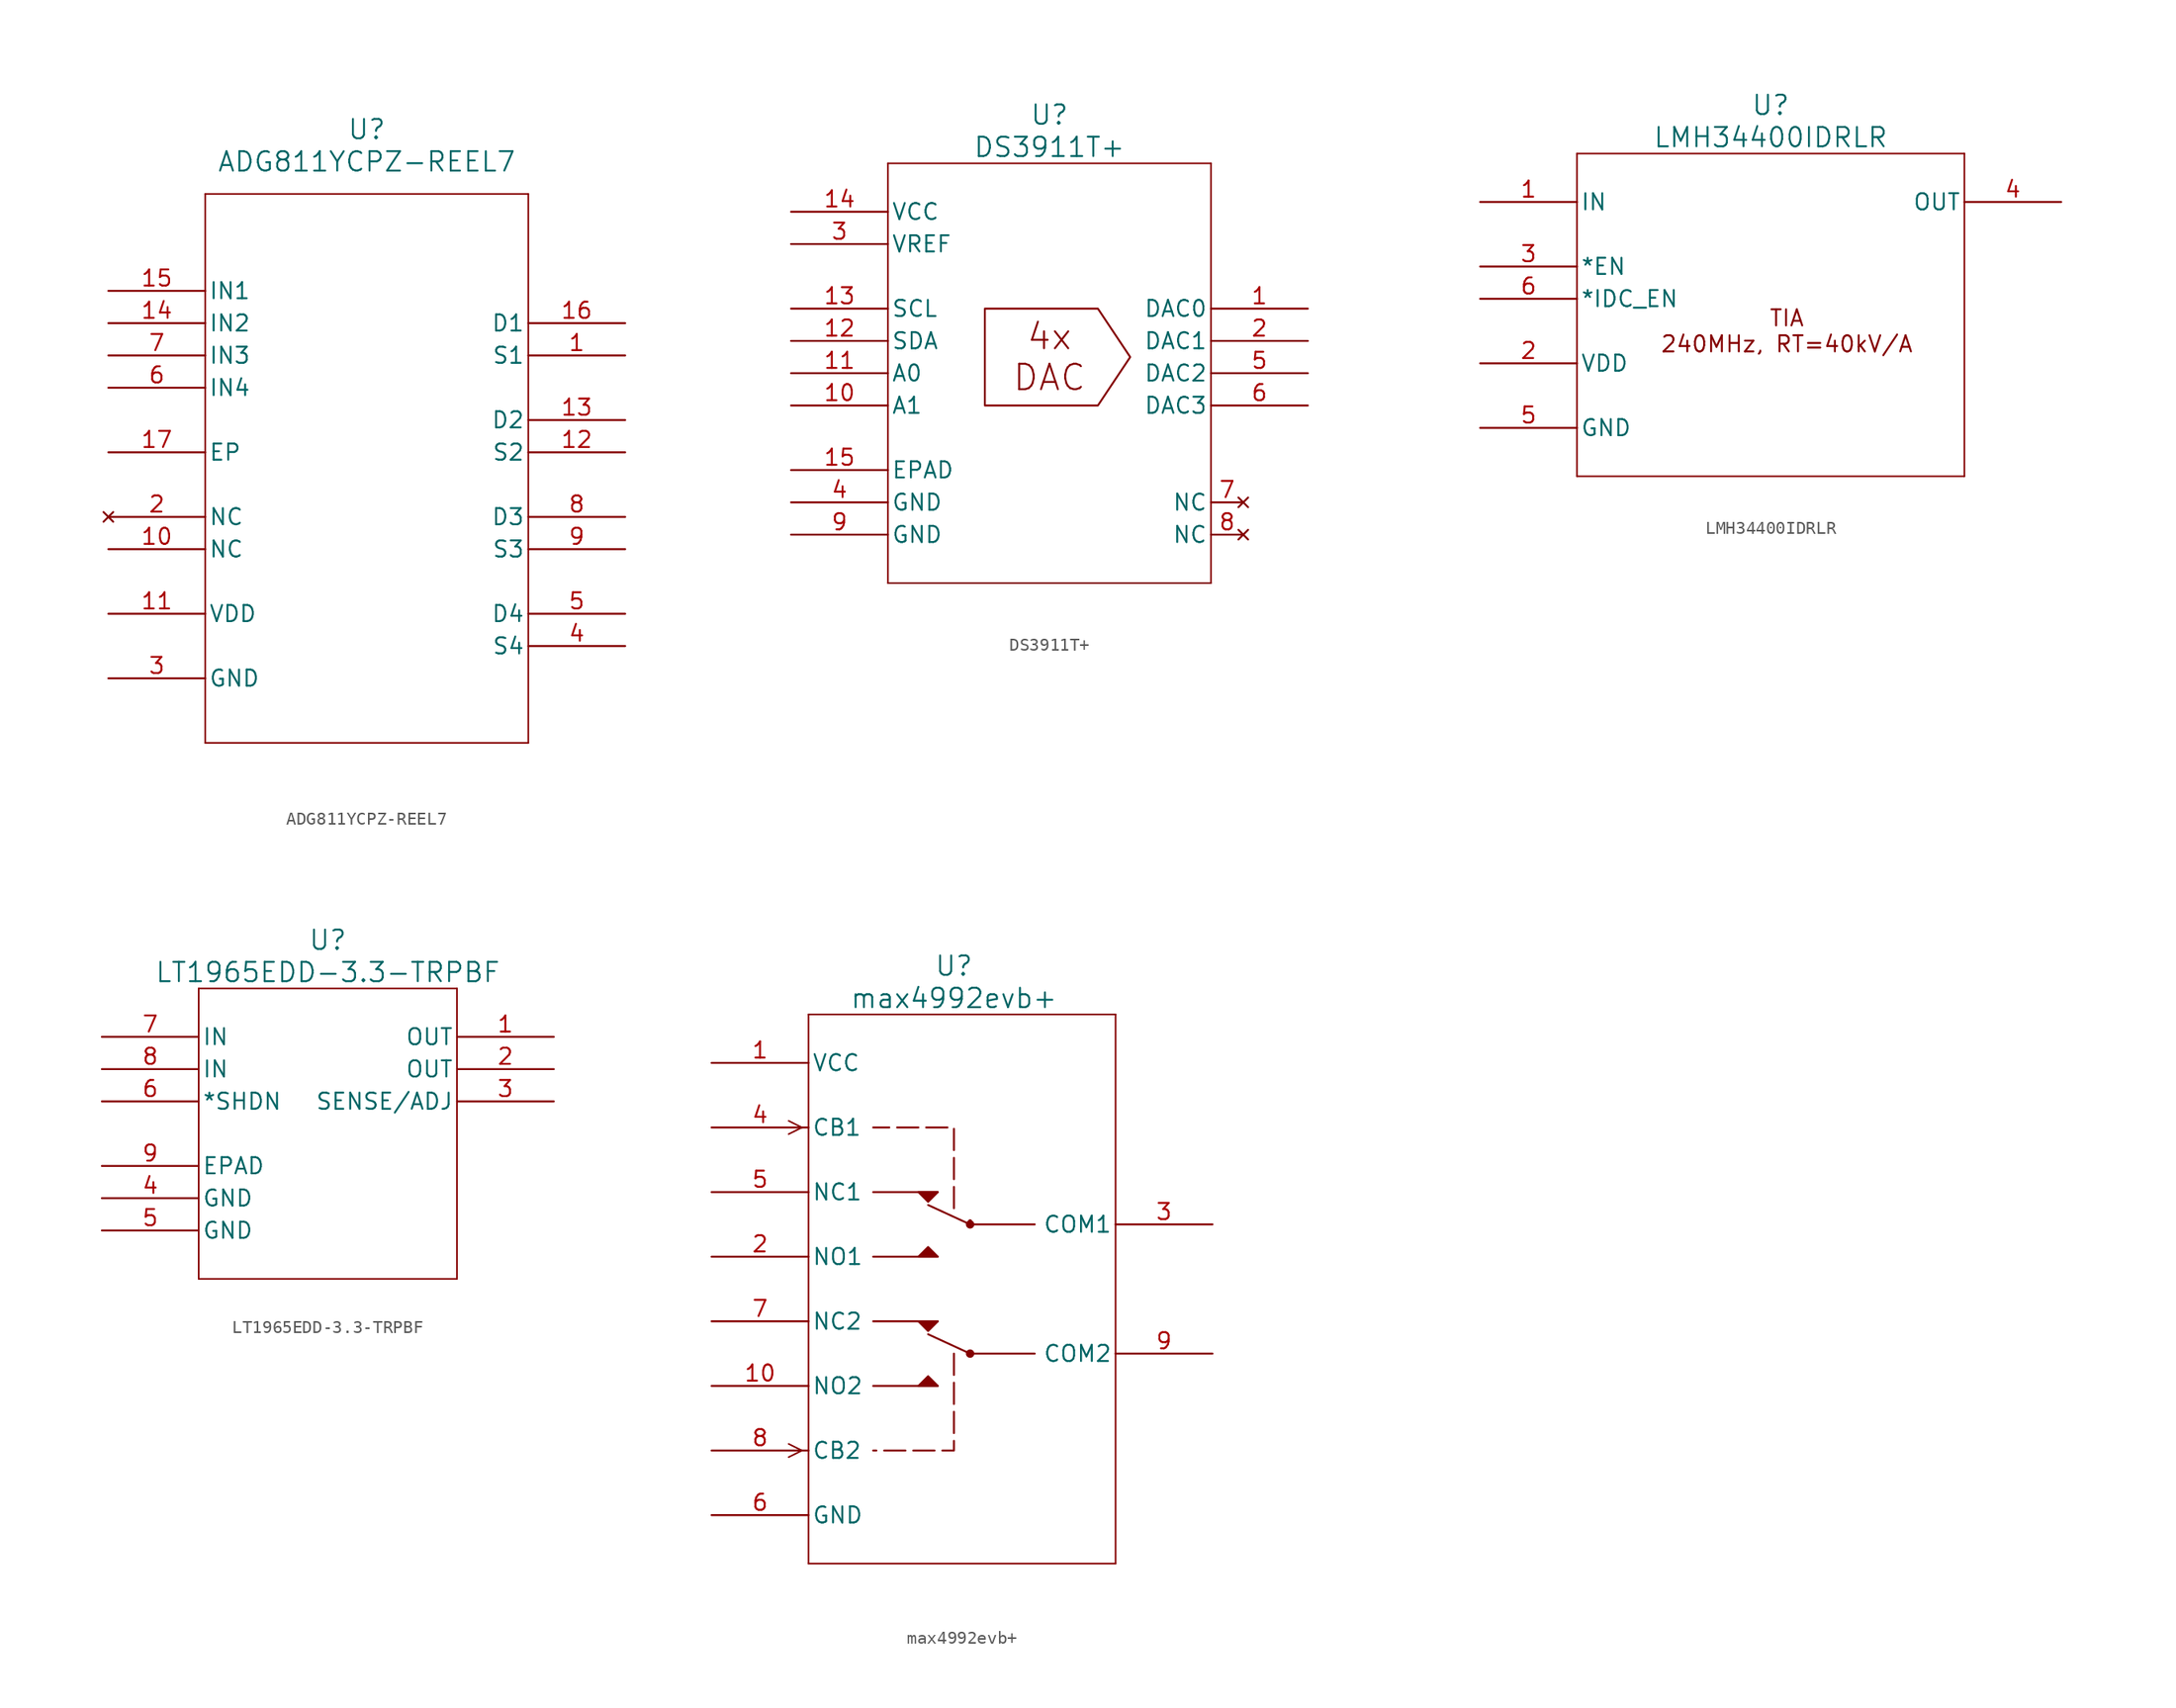
<source format=kicad_sym>
(kicad_symbol_lib
  (version 20220914)
  (generator kicad_symbol_editor)
  (symbol "ADG811YCPZ-REEL7"
    (pin_names
      (offset 0.254))
    (property "Reference" "U"
      (at 20.32 12.7 0)
      (effects (font (size 1.524 1.524))))
    (property "Value" "ADG811YCPZ-REEL7"
      (at 20.32 10.16 0)
      (effects (font (size 1.524 1.524))))
    (symbol "ADG811YCPZ-REEL7_0_1"
      (polyline (pts (xy 7.62 -35.56) (xy 33.02 -35.56)) (stroke (width 0.127) (type default)) (fill (type none)))
      (polyline (pts (xy 7.62 7.62) (xy 7.62 -35.56)) (stroke (width 0.127) (type default)) (fill (type none)))
      (polyline (pts (xy 33.02 -35.56) (xy 33.02 7.62)) (stroke (width 0.127) (type default)) (fill (type none)))
      (polyline (pts (xy 33.02 7.62) (xy 7.62 7.62)) (stroke (width 0.127) (type default)) (fill (type none)))
      (pin bidirectional line (at 40.64 -5.08 180) (length 7.62) (name "S1" (effects (font (size 1.27 1.27)))) (number "1" (effects (font (size 1.27 1.27)))))
      (pin bidirectional line (at 40.64 -12.7 180) (length 7.62) (name "S2" (effects (font (size 1.27 1.27)))) (number "12" (effects (font (size 1.27 1.27)))))
      (pin bidirectional line (at 40.64 -10.16 180) (length 7.62) (name "D2" (effects (font (size 1.27 1.27)))) (number "13" (effects (font (size 1.27 1.27)))))
      (pin bidirectional line (at 40.64 -2.54 180) (length 7.62) (name "D1" (effects (font (size 1.27 1.27)))) (number "16" (effects (font (size 1.27 1.27)))))
      (pin bidirectional line (at 40.64 -27.94 180) (length 7.62) (name "S4" (effects (font (size 1.27 1.27)))) (number "4" (effects (font (size 1.27 1.27)))))
      (pin bidirectional line (at 40.64 -25.4 180) (length 7.62) (name "D4" (effects (font (size 1.27 1.27)))) (number "5" (effects (font (size 1.27 1.27)))))
      (pin bidirectional line (at 40.64 -17.78 180) (length 7.62) (name "D3" (effects (font (size 1.27 1.27)))) (number "8" (effects (font (size 1.27 1.27)))))
      (pin bidirectional line (at 40.64 -20.32 180) (length 7.62) (name "S3" (effects (font (size 1.27 1.27)))) (number "9" (effects (font (size 1.27 1.27))))))
    (symbol "ADG811YCPZ-REEL7_1_1"
      (pin free line (at 0 -20.32 0) (length 7.62) (name "NC" (effects (font (size 1.27 1.27)))) (number "10" (effects (font (size 1.27 1.27)))))
      (pin power_in line (at 0 -25.4 0) (length 7.62) (name "VDD" (effects (font (size 1.27 1.27)))) (number "11" (effects (font (size 1.27 1.27)))))
      (pin input line (at 0 -2.54 0) (length 7.62) (name "IN2" (effects (font (size 1.27 1.27)))) (number "14" (effects (font (size 1.27 1.27)))))
      (pin input line (at 0 0 0) (length 7.62) (name "IN1" (effects (font (size 1.27 1.27)))) (number "15" (effects (font (size 1.27 1.27)))))
      (pin power_in line (at 0 -12.7 0) (length 7.62) (name "EP" (effects (font (size 1.27 1.27)))) (number "17" (effects (font (size 1.27 1.27)))))
      (pin no_connect line (at 0 -17.78 0) (length 7.62) (name "NC" (effects (font (size 1.27 1.27)))) (number "2" (effects (font (size 1.27 1.27)))))
      (pin power_in line (at 0 -30.48 0) (length 7.62) (name "GND" (effects (font (size 1.27 1.27)))) (number "3" (effects (font (size 1.27 1.27)))))
      (pin input line (at 0 -7.62 0) (length 7.62) (name "IN4" (effects (font (size 1.27 1.27)))) (number "6" (effects (font (size 1.27 1.27)))))
      (pin input line (at 0 -5.08 0) (length 7.62) (name "IN3" (effects (font (size 1.27 1.27)))) (number "7" (effects (font (size 1.27 1.27)))))))
  (symbol "DS3911T+"
    (pin_names
      (offset 0.254))
    (property "Reference" "U"
      (at 0 19.05 0)
      (effects (font (size 1.524 1.524))))
    (property "Value" "DS3911T+"
      (at 0 16.51 0)
      (effects (font (size 1.524 1.524))))
    (symbol "DS3911T+_0_1"
      (polyline (pts (xy -12.7 -17.78) (xy 12.7 -17.78)) (stroke (width 0.127) (type default)) (fill (type none)))
      (polyline (pts (xy -12.7 15.24) (xy -12.7 -17.78)) (stroke (width 0.127) (type default)) (fill (type none)))
      (polyline (pts (xy 12.7 -17.78) (xy 12.7 15.24)) (stroke (width 0.127) (type default)) (fill (type none)))
      (polyline (pts (xy 12.7 15.24) (xy -12.7 15.24)) (stroke (width 0.127) (type default)) (fill (type none)))
      (pin bidirectional line (at 20.32 3.81 180) (length 7.62) (name "DAC0" (effects (font (size 1.27 1.27)))) (number "1" (effects (font (size 1.27 1.27)))))
      (pin bidirectional line (at -20.32 1.27 0) (length 7.62) (name "SDA" (effects (font (size 1.27 1.27)))) (number "12" (effects (font (size 1.27 1.27)))))
      (pin bidirectional line (at -20.32 3.81 0) (length 7.62) (name "SCL" (effects (font (size 1.27 1.27)))) (number "13" (effects (font (size 1.27 1.27)))))
      (pin power_in line (at -20.32 11.43 0) (length 7.62) (name "VCC" (effects (font (size 1.27 1.27)))) (number "14" (effects (font (size 1.27 1.27)))))
      (pin bidirectional line (at 20.32 1.27 180) (length 7.62) (name "DAC1" (effects (font (size 1.27 1.27)))) (number "2" (effects (font (size 1.27 1.27)))))
      (pin power_in line (at -20.32 8.89 0) (length 7.62) (name "VREF" (effects (font (size 1.27 1.27)))) (number "3" (effects (font (size 1.27 1.27)))))
      (pin power_in line (at -20.32 -11.43 0) (length 7.62) (name "GND" (effects (font (size 1.27 1.27)))) (number "4" (effects (font (size 1.27 1.27)))))
      (pin bidirectional line (at 20.32 -1.27 180) (length 7.62) (name "DAC2" (effects (font (size 1.27 1.27)))) (number "5" (effects (font (size 1.27 1.27)))))
      (pin bidirectional line (at 20.32 -3.81 180) (length 7.62) (name "DAC3" (effects (font (size 1.27 1.27)))) (number "6" (effects (font (size 1.27 1.27)))))
      (pin power_in line (at -20.32 -13.97 0) (length 7.62) (name "GND" (effects (font (size 1.27 1.27)))) (number "9" (effects (font (size 1.27 1.27))))))
    (symbol "DS3911T+_1_1"
      (polyline (pts (xy -5.08 3.81) (xy -5.08 -3.81) (xy 3.81 -3.81) (xy 6.35 0) (xy 3.81 3.81) (xy -5.08 3.81)) (stroke (width 0) (type default)) (fill (type none)))
      (text "4x\nDAC" (at 0 0 0) (effects (font (size 2 2))))
      (pin passive line (at -20.32 -3.81 0) (length 7.62) (name "A1" (effects (font (size 1.27 1.27)))) (number "10" (effects (font (size 1.27 1.27)))))
      (pin passive line (at -20.32 -1.27 0) (length 7.62) (name "A0" (effects (font (size 1.27 1.27)))) (number "11" (effects (font (size 1.27 1.27)))))
      (pin power_in line (at -20.32 -8.89 0) (length 7.62) (name "EPAD" (effects (font (size 1.27 1.27)))) (number "15" (effects (font (size 1.27 1.27)))))
      (pin no_connect line (at 15.24 -11.43 180) (length 2.54) (name "NC" (effects (font (size 1.27 1.27)))) (number "7" (effects (font (size 1.27 1.27)))))
      (pin no_connect line (at 15.24 -13.97 180) (length 2.54) (name "NC" (effects (font (size 1.27 1.27)))) (number "8" (effects (font (size 1.27 1.27)))))))
  (symbol "LMH34400IDRLR"
    (pin_names
      (offset 0.254))
    (property "Reference" "U"
      (at 22.86 7.62 0)
      (effects (font (size 1.524 1.524))))
    (property "Value" "LMH34400IDRLR"
      (at 22.86 5.08 0)
      (effects (font (size 1.524 1.524))))
    (symbol "LMH34400IDRLR_0_1"
      (polyline (pts (xy 7.62 -21.59) (xy 38.1 -21.59)) (stroke (width 0.127) (type default)) (fill (type none)))
      (polyline (pts (xy 7.62 3.81) (xy 7.62 -21.59)) (stroke (width 0.127) (type default)) (fill (type none)))
      (polyline (pts (xy 38.1 -21.59) (xy 38.1 3.81)) (stroke (width 0.127) (type default)) (fill (type none)))
      (polyline (pts (xy 38.1 3.81) (xy 7.62 3.81)) (stroke (width 0.127) (type default)) (fill (type none)))
      (pin input line (at 0 -5.08 0) (length 7.62) (name "*EN" (effects (font (size 1.27 1.27)))) (number "3" (effects (font (size 1.27 1.27)))))
      (pin output line (at 45.72 0 180) (length 7.62) (name "OUT" (effects (font (size 1.27 1.27)))) (number "4" (effects (font (size 1.27 1.27)))))
      (pin input line (at 0 -7.62 0) (length 7.62) (name "*IDC_EN" (effects (font (size 1.27 1.27)))) (number "6" (effects (font (size 1.27 1.27))))))
    (symbol "LMH34400IDRLR_1_1"
      (text "TIA\n240MHz, RT=40kV/A" (at 24.13 -10.16 0) (effects (font (size 1.27 1.27))))
      (pin input line (at 0 0 0) (length 7.62) (name "IN" (effects (font (size 1.27 1.27)))) (number "1" (effects (font (size 1.27 1.27)))))
      (pin power_in line (at 0 -12.7 0) (length 7.62) (name "VDD" (effects (font (size 1.27 1.27)))) (number "2" (effects (font (size 1.27 1.27)))))
      (pin power_in line (at 0 -17.78 0) (length 7.62) (name "GND" (effects (font (size 1.27 1.27)))) (number "5" (effects (font (size 1.27 1.27)))))))
  (symbol "LT1965EDD-3.3-TRPBF"
    (pin_names
      (offset 0.254))
    (property "Reference" "U"
      (at 0 15.24 0)
      (effects (font (size 1.524 1.524))))
    (property "Value" "LT1965EDD-3.3-TRPBF"
      (at 0 12.7 0)
      (effects (font (size 1.524 1.524))))
    (symbol "LT1965EDD-3.3-TRPBF_0_1"
      (polyline (pts (xy -10.16 -11.43) (xy 10.16 -11.43)) (stroke (width 0.127) (type default)) (fill (type none)))
      (polyline (pts (xy -10.16 11.43) (xy -10.16 -11.43)) (stroke (width 0.127) (type default)) (fill (type none)))
      (polyline (pts (xy 10.16 -11.43) (xy 10.16 11.43)) (stroke (width 0.127) (type default)) (fill (type none)))
      (polyline (pts (xy 10.16 11.43) (xy -10.16 11.43)) (stroke (width 0.127) (type default)) (fill (type none)))
      (pin input line (at 17.78 2.54 180) (length 7.62) (name "SENSE/ADJ" (effects (font (size 1.27 1.27)))) (number "3" (effects (font (size 1.27 1.27)))))
      (pin power_in line (at -17.78 -5.08 0) (length 7.62) (name "GND" (effects (font (size 1.27 1.27)))) (number "4" (effects (font (size 1.27 1.27)))))
      (pin power_in line (at -17.78 -7.62 0) (length 7.62) (name "GND" (effects (font (size 1.27 1.27)))) (number "5" (effects (font (size 1.27 1.27))))))
    (symbol "LT1965EDD-3.3-TRPBF_1_1"
      (pin power_out line (at 17.78 7.62 180) (length 7.62) (name "OUT" (effects (font (size 1.27 1.27)))) (number "1" (effects (font (size 1.27 1.27)))))
      (pin power_in line (at 17.78 5.08 180) (length 7.62) (name "OUT" (effects (font (size 1.27 1.27)))) (number "2" (effects (font (size 1.27 1.27)))))
      (pin input line (at -17.78 2.54 0) (length 7.62) (name "*SHDN" (effects (font (size 1.27 1.27)))) (number "6" (effects (font (size 1.27 1.27)))))
      (pin power_in line (at -17.78 7.62 0) (length 7.62) (name "IN" (effects (font (size 1.27 1.27)))) (number "7" (effects (font (size 1.27 1.27)))))
      (pin power_in line (at -17.78 5.08 0) (length 7.62) (name "IN" (effects (font (size 1.27 1.27)))) (number "8" (effects (font (size 1.27 1.27)))))
      (pin power_in line (at -17.78 -2.54 0) (length 7.62) (name "EPAD" (effects (font (size 1.27 1.27)))) (number "9" (effects (font (size 1.27 1.27)))))))
  (symbol "max4992evb+"
    (pin_names
      (offset 0.254))
    (property "Reference" "U"
      (at -1.27 25.4 0)
      (effects (font (size 1.524 1.524))))
    (property "Value" "max4992evb+"
      (at -1.27 22.86 0)
      (effects (font (size 1.524 1.524))))
    (symbol "max4992evb+_0_1"
      (polyline (pts (xy -13.221 -12.7) (xy -14.262 -13.221)) (stroke (width 0.127) (type default)) (fill (type none)))
      (polyline (pts (xy -13.221 -12.7) (xy -14.262 -12.179)) (stroke (width 0.127) (type default)) (fill (type none)))
      (polyline (pts (xy -13.221 12.7) (xy -14.262 12.179)) (stroke (width 0.127) (type default)) (fill (type none)))
      (polyline (pts (xy -13.221 12.7) (xy -14.262 13.221)) (stroke (width 0.127) (type default)) (fill (type none)))
      (polyline (pts (xy -12.7 -21.59) (xy 11.43 -21.59)) (stroke (width 0.127) (type default)) (fill (type none)))
      (polyline (pts (xy -12.7 21.59) (xy -12.7 -21.59)) (stroke (width 0.127) (type default)) (fill (type none)))
      (polyline (pts (xy -7.62 -7.62) (xy -2.54 -7.62)) (stroke (width 0) (type default)) (fill (type none)))
      (polyline (pts (xy -7.62 -2.54) (xy -2.54 -2.54)) (stroke (width 0) (type default)) (fill (type none)))
      (polyline (pts (xy -7.62 2.54) (xy -2.54 2.54)) (stroke (width 0) (type default)) (fill (type none)))
      (polyline (pts (xy -7.62 7.62) (xy -2.54 7.62)) (stroke (width 0) (type default)) (fill (type none)))
      (polyline (pts (xy 11.43 -21.59) (xy 11.43 21.59)) (stroke (width 0.127) (type default)) (fill (type none)))
      (polyline (pts (xy 11.43 21.59) (xy -12.7 21.59)) (stroke (width 0.127) (type default)) (fill (type none)))
      (pin power_in line (at -20.32 17.78 0) (length 7.62) (name "VCC" (effects (font (size 1.27 1.27)))) (number "1" (effects (font (size 1.27 1.27)))))
      (pin input line (at -20.32 12.7 0) (length 7.62) (name "CB1" (effects (font (size 1.27 1.27)))) (number "4" (effects (font (size 1.27 1.27)))))
      (pin power_in line (at -20.32 -17.78 0) (length 7.62) (name "GND" (effects (font (size 1.27 1.27)))) (number "6" (effects (font (size 1.27 1.27)))))
      (pin input line (at -20.32 -12.7 0) (length 7.62) (name "CB2" (effects (font (size 1.27 1.27)))) (number "8" (effects (font (size 1.27 1.27))))))
    (symbol "max4992evb+_1_1"
      (circle (center 0 -5.08) (radius 0.254) (stroke (width 0) (type default)) (fill (type outline)))
      (polyline (pts (xy 0 -5.08) (xy -3.302 -3.556)) (stroke (width 0) (type default)) (fill (type none)))
      (polyline (pts (xy 0 -5.08) (xy 5.08 -5.08)) (stroke (width 0) (type default)) (fill (type none)))
      (polyline (pts (xy 0 5.08) (xy -3.302 6.604)) (stroke (width 0) (type default)) (fill (type none)))
      (polyline (pts (xy 0 5.08) (xy 5.08 5.08)) (stroke (width 0) (type default)) (fill (type none)))
      (polyline (pts (xy -1.27 -5.08) (xy -1.27 -12.7) (xy -7.62 -12.7)) (stroke (width 0) (type dash)) (fill (type none)))
      (polyline (pts (xy -1.27 6.35) (xy -1.27 12.7) (xy -7.62 12.7)) (stroke (width 0) (type dash)) (fill (type none)))
      (polyline (pts (xy -4.064 -2.54) (xy -3.302 -3.302) (xy -2.54 -2.54) (xy -4.064 -2.54)) (stroke (width 0) (type default)) (fill (type outline)))
      (polyline (pts (xy -4.064 7.62) (xy -3.302 6.858) (xy -2.54 7.62) (xy -4.064 7.62)) (stroke (width 0) (type default)) (fill (type outline)))
      (polyline (pts (xy -2.54 -7.62) (xy -3.302 -6.858) (xy -4.064 -7.62) (xy -2.54 -7.62)) (stroke (width 0) (type default)) (fill (type outline)))
      (polyline (pts (xy -2.54 2.54) (xy -3.302 3.302) (xy -4.064 2.54) (xy -2.54 2.54)) (stroke (width 0) (type default)) (fill (type outline)))
      (circle (center 0 5.08) (radius 0.254) (stroke (width 0) (type default)) (fill (type outline)))
      (circle (center 0 5.334) (radius 0.0001) (stroke (width 0) (type default)) (fill (type none)))
      (pin passive line (at -20.32 -7.62 0) (length 7.62) (name "NO2" (effects (font (size 1.27 1.27)))) (number "10" (effects (font (size 1.27 1.27)))))
      (pin passive line (at -20.32 2.54 0) (length 7.62) (name "NO1" (effects (font (size 1.27 1.27)))) (number "2" (effects (font (size 1.27 1.27)))))
      (pin passive line (at 19.05 5.08 180) (length 7.62) (name "COM1" (effects (font (size 1.27 1.27)))) (number "3" (effects (font (size 1.27 1.27)))))
      (pin passive line (at -20.32 7.62 0) (length 7.62) (name "NC1" (effects (font (size 1.27 1.27)))) (number "5" (effects (font (size 1.27 1.27)))))
      (pin passive line (at -20.32 -2.54 0) (length 7.62) (name "NC2" (effects (font (size 1.27 1.27)))) (number "7" (effects (font (size 1.27 1.27)))))
      (pin passive line (at 19.05 -5.08 180) (length 7.62) (name "COM2" (effects (font (size 1.27 1.27)))) (number "9" (effects (font (size 1.27 1.27))))))))
</source>
